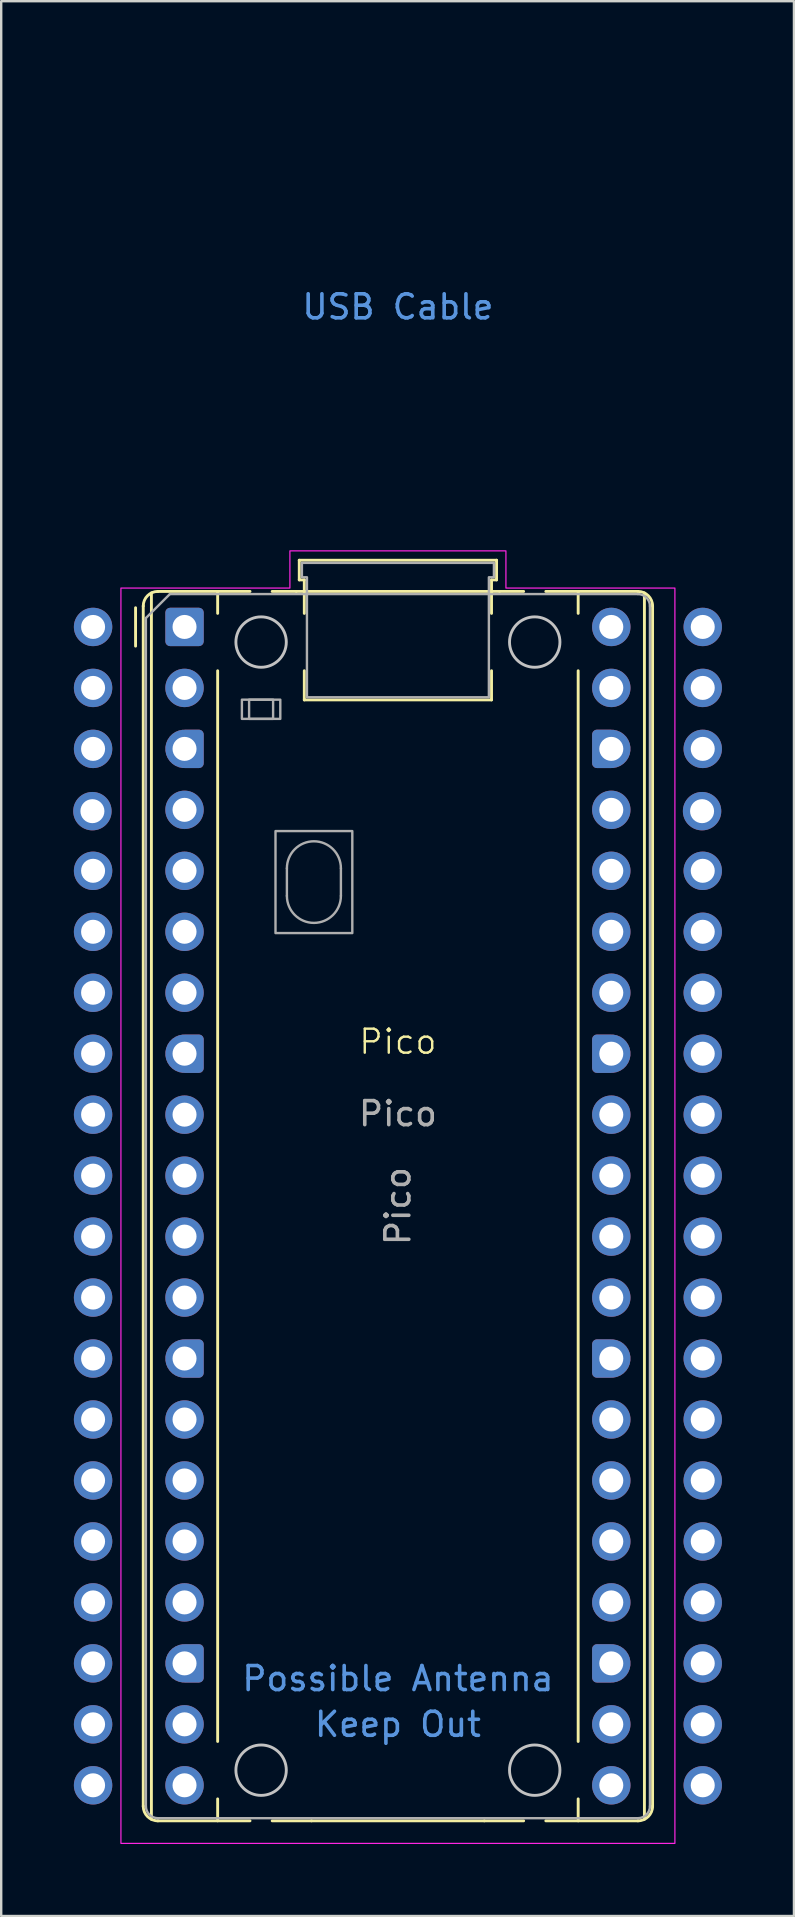
<source format=kicad_pcb>
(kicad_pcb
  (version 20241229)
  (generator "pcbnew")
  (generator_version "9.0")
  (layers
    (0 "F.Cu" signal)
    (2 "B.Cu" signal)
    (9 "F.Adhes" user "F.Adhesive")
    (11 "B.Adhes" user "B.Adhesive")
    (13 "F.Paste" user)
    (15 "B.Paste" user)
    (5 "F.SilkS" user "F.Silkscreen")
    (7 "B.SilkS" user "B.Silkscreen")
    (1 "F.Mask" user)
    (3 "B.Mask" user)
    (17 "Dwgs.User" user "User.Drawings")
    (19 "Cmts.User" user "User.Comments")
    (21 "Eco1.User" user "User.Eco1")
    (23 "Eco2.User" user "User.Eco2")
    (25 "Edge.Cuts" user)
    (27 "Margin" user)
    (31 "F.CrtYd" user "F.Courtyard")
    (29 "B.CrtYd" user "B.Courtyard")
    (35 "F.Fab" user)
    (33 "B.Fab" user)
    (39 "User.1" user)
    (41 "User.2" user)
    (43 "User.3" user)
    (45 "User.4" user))
  (footprint "Pico"
    (layer "F.Cu")
    (at 13.528 40.85)
    (property "Reference" "Pico" (at 0 -0.5 0) (unlocked yes) (layer "F.SilkS") (effects (font (size 1 1) (thickness 0.1))))
    (attr smd)
    (fp_line (start -10.93 -16.98) (end -10.93 -18.58) (stroke (width 0.12) (type solid)) (layer "F.SilkS"))
    (fp_line (start -10.61 -18.65) (end -10.61 31.35) (stroke (width 0.12) (type solid)) (layer "F.SilkS"))
    (fp_line (start -10.27 -19.197) (end -10.27 31.897) (stroke (width 0.12) (type solid)) (layer "F.SilkS"))
    (fp_line (start -10 -19.26) (end -7.51 -19.26) (stroke (width 0.12) (type solid)) (layer "F.SilkS"))
    (fp_line (start -10 31.96) (end -6.162 31.96) (stroke (width 0.12) (type solid)) (layer "F.SilkS"))
    (fp_line (start -7.51 -19.26) (end -7.51 -18.346) (stroke (width 0.12) (type solid)) (layer "F.SilkS"))
    (fp_line (start -7.51 -19.26) (end -6.162 -19.26) (stroke (width 0.12) (type solid)) (layer "F.SilkS"))
    (fp_line (start -7.51 -15.954) (end -7.51 28.654) (stroke (width 0.12) (type solid)) (layer "F.SilkS"))
    (fp_line (start -7.51 31.046) (end -7.51 31.96) (stroke (width 0.12) (type solid)) (layer "F.SilkS"))
    (fp_line (start -5.238 -19.26) (end -4.235 -19.26) (stroke (width 0.12) (type solid)) (layer "F.SilkS"))
    (fp_line (start -4.235 -19.26) (end 4.235 -19.26) (stroke (width 0.12) (type solid)) (layer "F.SilkS"))
    (fp_line (start -4.11 -20.56) (end -4.11 -19.74) (stroke (width 0.12) (type solid)) (layer "F.SilkS"))
    (fp_line (start -4.11 -20.56) (end 4.11 -20.56) (stroke (width 0.12) (type solid)) (layer "F.SilkS"))
    (fp_line (start -4.11 -19.74) (end -3.9 -19.74) (stroke (width 0.12) (type solid)) (layer "F.SilkS"))
    (fp_line (start -3.9 -19.74) (end -3.9 -18.344) (stroke (width 0.12) (type solid)) (layer "F.SilkS"))
    (fp_line (start -3.9 -15.956) (end -3.9 -14.74) (stroke (width 0.12) (type solid)) (layer "F.SilkS"))
    (fp_line (start -3.6 31.96) (end -5.238 31.96) (stroke (width 0.12) (type solid)) (layer "F.SilkS"))
    (fp_line (start 3.6 31.96) (end -3.6 31.96) (stroke (width 0.12) (type solid)) (layer "F.SilkS"))
    (fp_line (start 3.9 -19.74) (end 3.9 -18.344) (stroke (width 0.12) (type solid)) (layer "F.SilkS"))
    (fp_line (start 3.9 -15.956) (end 3.9 -14.74) (stroke (width 0.12) (type solid)) (layer "F.SilkS"))
    (fp_line (start 3.9 -14.74) (end -3.9 -14.74) (stroke (width 0.12) (type solid)) (layer "F.SilkS"))
    (fp_line (start 4.11 -20.56) (end 4.11 -19.74) (stroke (width 0.12) (type solid)) (layer "F.SilkS"))
    (fp_line (start 4.11 -19.74) (end 3.9 -19.74) (stroke (width 0.12) (type solid)) (layer "F.SilkS"))
    (fp_line (start 4.235 -19.26) (end 5.238 -19.26) (stroke (width 0.12) (type solid)) (layer "F.SilkS"))
    (fp_line (start 5.238 31.96) (end 3.6 31.96) (stroke (width 0.12) (type solid)) (layer "F.SilkS"))
    (fp_line (start 6.162 -19.26) (end 7.51 -19.26) (stroke (width 0.12) (type solid)) (layer "F.SilkS"))
    (fp_line (start 6.162 31.96) (end 10 31.96) (stroke (width 0.12) (type solid)) (layer "F.SilkS"))
    (fp_line (start 7.51 -19.26) (end 7.51 -18.346) (stroke (width 0.12) (type solid)) (layer "F.SilkS"))
    (fp_line (start 7.51 -15.954) (end 7.51 28.654) (stroke (width 0.12) (type solid)) (layer "F.SilkS"))
    (fp_line (start 7.51 31.046) (end 7.51 31.96) (stroke (width 0.12) (type solid)) (layer "F.SilkS"))
    (fp_line (start 10 -19.26) (end 7.51 -19.26) (stroke (width 0.12) (type solid)) (layer "F.SilkS"))
    (fp_line (start 10.27 31.897) (end 10.27 -19.197) (stroke (width 0.12) (type solid)) (layer "F.SilkS"))
    (fp_line (start 10.61 -18.65) (end 10.61 31.35) (stroke (width 0.12) (type solid)) (layer "F.SilkS"))
    (fp_arc (start -10.61 -18.65) (mid -10.431335 -19.081335) (end -10 -19.26) (stroke (width 0.12) (type solid)) (layer "F.SilkS"))
    (fp_arc (start -10 31.96) (mid -10.431364 31.781364) (end -10.61 31.35) (stroke (width 0.12) (type solid)) (layer "F.SilkS"))
    (fp_arc (start 10 -19.26) (mid 10.431335 -19.081335) (end 10.61 -18.65) (stroke (width 0.12) (type solid)) (layer "F.SilkS"))
    (fp_arc (start 10.61 31.35) (mid 10.431335 31.781335) (end 10 31.96) (stroke (width 0.12) (type solid)) (layer "F.SilkS"))
    (fp_circle (center -5.7 -17.15) (end -4.65 -17.15) (stroke (width 0.12) (type solid)) (fill no) (layer "Dwgs.User"))
    (fp_circle (center -5.7 29.85) (end -4.65 29.85) (stroke (width 0.12) (type solid)) (fill no) (layer "Dwgs.User"))
    (fp_circle (center 5.7 -17.15) (end 6.75 -17.15) (stroke (width 0.12) (type solid)) (fill no) (layer "Dwgs.User"))
    (fp_circle (center 5.7 29.85) (end 6.75 29.85) (stroke (width 0.12) (type solid)) (fill no) (layer "Dwgs.User"))
    (fp_poly (pts (xy -4.5 -20.95) (xy 4.5 -20.95) (xy 4.5 -19.4) (xy 11.54 -19.4) (xy 11.54 32.9) (xy -11.54 32.9) (xy -11.54 -19.4) (xy -4.5 -19.4)) (stroke (width 0.05) (type solid)) (fill no) (layer "F.CrtYd"))
    (fp_line (start -10.5 -18.15) (end -9.5 -19.15) (stroke (width 0.1) (type solid)) (layer "F.Fab"))
    (fp_line (start -10.5 31.35) (end -10.5 -18.15) (stroke (width 0.1) (type solid)) (layer "F.Fab"))
    (fp_line (start -9.5 -19.15) (end 10 -19.15) (stroke (width 0.1) (type solid)) (layer "F.Fab"))
    (fp_line (start -4.625 -7.725) (end -4.625 -6.575) (stroke (width 0.1) (type solid)) (layer "F.Fab"))
    (fp_line (start -2.375 -7.725) (end -2.375 -6.575) (stroke (width 0.1) (type solid)) (layer "F.Fab"))
    (fp_line (start 10 31.85) (end -10 31.85) (stroke (width 0.1) (type solid)) (layer "F.Fab"))
    (fp_line (start 10.5 -18.65) (end 10.5 31.35) (stroke (width 0.1) (type solid)) (layer "F.Fab"))
    (fp_rect (start -6.5 -14.75) (end -4.9 -13.95) (stroke (width 0.1) (type solid)) (fill no) (layer "F.Fab"))
    (fp_rect (start -6.2 -14.75) (end -5.2 -13.95) (stroke (width 0.1) (type solid)) (fill no) (layer "F.Fab"))
    (fp_rect (start -5.1 -9.275) (end -1.9 -5.025) (stroke (width 0.1) (type solid)) (fill no) (layer "F.Fab"))
    (fp_arc (start -10 31.85) (mid -10.353553 31.703553) (end -10.5 31.35) (stroke (width 0.1) (type solid)) (layer "F.Fab"))
    (fp_arc (start -4.625 -7.725) (mid -3.5 -8.85) (end -2.375 -7.725) (stroke (width 0.1) (type solid)) (layer "F.Fab"))
    (fp_arc (start -2.375 -6.575) (mid -3.5 -5.45) (end -4.625 -6.575) (stroke (width 0.1) (type solid)) (layer "F.Fab"))
    (fp_arc (start 10 -19.15) (mid 10.353553 -19.003553) (end 10.5 -18.65) (stroke (width 0.1) (type solid)) (layer "F.Fab"))
    (fp_arc (start 10.5 31.35) (mid 10.353553 31.703553) (end 10 31.85) (stroke (width 0.1) (type solid)) (layer "F.Fab"))
    (fp_poly (pts (xy 3.79 -14.85) (xy 3.79 -19.85) (xy 4 -19.85) (xy 4 -20.45) (xy -4 -20.45) (xy -4 -19.85) (xy -3.79 -19.85) (xy -3.79 -14.85)) (stroke (width 0.1) (type solid)) (fill no) (layer "F.Fab"))
    (fp_text user "Keep Out" (at 0 27.94 0) (unlocked yes) (layer "Cmts.User") (effects (font (size 1 1) (thickness 0.15))))
    (fp_text user "USB Cable" (at 0 -31.115 0) (unlocked yes) (layer "Cmts.User") (effects (font (size 1 1) (thickness 0.15))))
    (fp_text user "Possible Antenna" (at 0 26.035 0) (unlocked yes) (layer "Cmts.User") (effects (font (size 1 1) (thickness 0.15))))
    (fp_text user "${REFERENCE}" (at 0 2.5 0) (unlocked yes) (layer "F.Fab") (effects (font (size 1 1) (thickness 0.15))))
    (fp_text user "${REFERENCE}" (at 0 6.35 90) (layer "F.Fab") (effects (font (size 1 1) (thickness 0.15))))
    (pad "1" thru_hole circle (at -12.7 -17.78) (size 1.6 1.6) (drill 1) (layers "*.Cu" "*.Mask"))
    (pad "1" thru_hole roundrect (at -8.89 -17.78) (size 1.6 1.6) (drill 1) (layers "*.Cu" "*.Mask") (roundrect_rratio 0.125))
    (pad "2" thru_hole circle (at -12.7 -15.24) (size 1.6 1.6) (drill 1) (layers "*.Cu" "*.Mask"))
    (pad "2" thru_hole circle (at -8.89 -15.24) (size 1.6 1.6) (drill 1) (layers "*.Cu" "*.Mask"))
    (pad "3" thru_hole circle (at -12.7 -12.7) (size 1.6 1.6) (drill 1) (layers "*.Cu" "*.Mask"))
    (pad "3" thru_hole custom (at -8.89 -12.7) (size 1.6 1.6) (drill 1) (layers "*.Cu" "*.Mask") (options (anchor circle)) (primitives (gr_poly (pts (xy 0.8 0.6) (xy 0.8 -0.6) (xy 0.6 -0.8) (xy 0 -0.8) (xy 0 0.8) (xy 0.6 0.8)) (width 0) (fill yes)) (gr_circle (center 0.6 0.6) (end 0.8 0.6) (width 0) (fill yes)) (gr_circle (center 0.6 -0.6) (end 0.8 -0.6) (width 0) (fill yes))))
    (pad "4" thru_hole circle (at -12.728 -10.105) (size 1.6 1.6) (drill 1) (layers "*.Cu" "*.Mask"))
    (pad "4" thru_hole circle (at -8.89 -10.16) (size 1.6 1.6) (drill 1) (layers "*.Cu" "*.Mask"))
    (pad "5" thru_hole circle (at -12.7 -7.62) (size 1.6 1.6) (drill 1) (layers "*.Cu" "*.Mask"))
    (pad "5" thru_hole circle (at -8.89 -7.62) (size 1.6 1.6) (drill 1) (layers "*.Cu" "*.Mask"))
    (pad "6" thru_hole circle (at -12.7 -5.08) (size 1.6 1.6) (drill 1) (layers "*.Cu" "*.Mask"))
    (pad "6" thru_hole circle (at -8.89 -5.08) (size 1.6 1.6) (drill 1) (layers "*.Cu" "*.Mask"))
    (pad "7" thru_hole circle (at -12.7 -2.54) (size 1.6 1.6) (drill 1) (layers "*.Cu" "*.Mask"))
    (pad "7" thru_hole circle (at -8.89 -2.54) (size 1.6 1.6) (drill 1) (layers "*.Cu" "*.Mask"))
    (pad "8" thru_hole circle (at -12.7 0) (size 1.6 1.6) (drill 1) (layers "*.Cu" "*.Mask"))
    (pad "8" thru_hole custom (at -8.89 0) (size 1.6 1.6) (drill 1) (layers "*.Cu" "*.Mask") (options (anchor circle)) (primitives (gr_poly (pts (xy 0.8 0.6) (xy 0.8 -0.6) (xy 0.6 -0.8) (xy 0 -0.8) (xy 0 0.8) (xy 0.6 0.8)) (width 0) (fill yes)) (gr_circle (center 0.6 0.6) (end 0.8 0.6) (width 0) (fill yes)) (gr_circle (center 0.6 -0.6) (end 0.8 -0.6) (width 0) (fill yes))))
    (pad "9" thru_hole circle (at -12.7 2.54) (size 1.6 1.6) (drill 1) (layers "*.Cu" "*.Mask"))
    (pad "9" thru_hole circle (at -8.89 2.54) (size 1.6 1.6) (drill 1) (layers "*.Cu" "*.Mask"))
    (pad "10" thru_hole circle (at -12.7 5.08) (size 1.6 1.6) (drill 1) (layers "*.Cu" "*.Mask"))
    (pad "10" thru_hole circle (at -8.89 5.08) (size 1.6 1.6) (drill 1) (layers "*.Cu" "*.Mask"))
    (pad "11" thru_hole circle (at -12.7 7.62) (size 1.6 1.6) (drill 1) (layers "*.Cu" "*.Mask"))
    (pad "11" thru_hole circle (at -8.89 7.62) (size 1.6 1.6) (drill 1) (layers "*.Cu" "*.Mask"))
    (pad "12" thru_hole circle (at -12.7 10.16) (size 1.6 1.6) (drill 1) (layers "*.Cu" "*.Mask"))
    (pad "12" thru_hole circle (at -8.89 10.16) (size 1.6 1.6) (drill 1) (layers "*.Cu" "*.Mask"))
    (pad "13" thru_hole circle (at -12.7 12.7) (size 1.6 1.6) (drill 1) (layers "*.Cu" "*.Mask"))
    (pad "13" thru_hole custom (at -8.89 12.7) (size 1.6 1.6) (drill 1) (layers "*.Cu" "*.Mask") (options (anchor circle)) (primitives (gr_poly (pts (xy 0.8 0.6) (xy 0.8 -0.6) (xy 0.6 -0.8) (xy 0 -0.8) (xy 0 0.8) (xy 0.6 0.8)) (width 0) (fill yes)) (gr_circle (center 0.6 0.6) (end 0.8 0.6) (width 0) (fill yes)) (gr_circle (center 0.6 -0.6) (end 0.8 -0.6) (width 0) (fill yes))))
    (pad "14" thru_hole circle (at -12.7 15.24) (size 1.6 1.6) (drill 1) (layers "*.Cu" "*.Mask"))
    (pad "14" thru_hole circle (at -8.89 15.24) (size 1.6 1.6) (drill 1) (layers "*.Cu" "*.Mask"))
    (pad "15" thru_hole circle (at -12.7 17.78) (size 1.6 1.6) (drill 1) (layers "*.Cu" "*.Mask"))
    (pad "15" thru_hole circle (at -8.89 17.78) (size 1.6 1.6) (drill 1) (layers "*.Cu" "*.Mask"))
    (pad "16" thru_hole circle (at -12.7 20.32) (size 1.6 1.6) (drill 1) (layers "*.Cu" "*.Mask"))
    (pad "16" thru_hole circle (at -8.89 20.32) (size 1.6 1.6) (drill 1) (layers "*.Cu" "*.Mask"))
    (pad "17" thru_hole circle (at -12.7 22.86) (size 1.6 1.6) (drill 1) (layers "*.Cu" "*.Mask"))
    (pad "17" thru_hole circle (at -8.89 22.86) (size 1.6 1.6) (drill 1) (layers "*.Cu" "*.Mask"))
    (pad "18" thru_hole circle (at -12.7 25.4) (size 1.6 1.6) (drill 1) (layers "*.Cu" "*.Mask"))
    (pad "18" thru_hole custom (at -8.89 25.4) (size 1.6 1.6) (drill 1) (layers "*.Cu" "*.Mask") (options (anchor circle)) (primitives (gr_poly (pts (xy 0.8 0.6) (xy 0.8 -0.6) (xy 0.6 -0.8) (xy 0 -0.8) (xy 0 0.8) (xy 0.6 0.8)) (width 0) (fill yes)) (gr_circle (center 0.6 0.6) (end 0.8 0.6) (width 0) (fill yes)) (gr_circle (center 0.6 -0.6) (end 0.8 -0.6) (width 0) (fill yes))))
    (pad "19" thru_hole circle (at -12.7 27.94) (size 1.6 1.6) (drill 1) (layers "*.Cu" "*.Mask"))
    (pad "19" thru_hole circle (at -8.89 27.94) (size 1.6 1.6) (drill 1) (layers "*.Cu" "*.Mask"))
    (pad "20" thru_hole circle (at -12.7 30.48) (size 1.6 1.6) (drill 1) (layers "*.Cu" "*.Mask"))
    (pad "20" thru_hole circle (at -8.89 30.48) (size 1.6 1.6) (drill 1) (layers "*.Cu" "*.Mask"))
    (pad "21" thru_hole circle (at 8.89 30.48) (size 1.6 1.6) (drill 1) (layers "*.Cu" "*.Mask"))
    (pad "21" thru_hole circle (at 12.7 30.48) (size 1.6 1.6) (drill 1) (layers "*.Cu" "*.Mask"))
    (pad "22" thru_hole circle (at 8.89 27.94) (size 1.6 1.6) (drill 1) (layers "*.Cu" "*.Mask"))
    (pad "22" thru_hole circle (at 12.7 27.94) (size 1.6 1.6) (drill 1) (layers "*.Cu" "*.Mask"))
    (pad "23" thru_hole custom (at 8.89 25.4) (size 1.6 1.6) (drill 1) (layers "*.Cu" "*.Mask") (options (anchor circle)) (primitives (gr_poly (pts (xy -0.8 0.6) (xy -0.8 -0.6) (xy -0.6 -0.8) (xy 0 -0.8) (xy 0 0.8) (xy -0.6 0.8)) (width 0) (fill yes)) (gr_circle (center -0.6 0.6) (end -0.4 0.6) (width 0) (fill yes)) (gr_circle (center -0.6 -0.6) (end -0.4 -0.6) (width 0) (fill yes))))
    (pad "23" thru_hole circle (at 12.7 25.4) (size 1.6 1.6) (drill 1) (layers "*.Cu" "*.Mask"))
    (pad "24" thru_hole circle (at 8.89 22.86) (size 1.6 1.6) (drill 1) (layers "*.Cu" "*.Mask"))
    (pad "24" thru_hole circle (at 12.7 22.86) (size 1.6 1.6) (drill 1) (layers "*.Cu" "*.Mask"))
    (pad "25" thru_hole circle (at 8.89 20.32) (size 1.6 1.6) (drill 1) (layers "*.Cu" "*.Mask"))
    (pad "25" thru_hole circle (at 12.7 20.32) (size 1.6 1.6) (drill 1) (layers "*.Cu" "*.Mask"))
    (pad "26" thru_hole circle (at 8.89 17.78) (size 1.6 1.6) (drill 1) (layers "*.Cu" "*.Mask"))
    (pad "26" thru_hole circle (at 12.7 17.78) (size 1.6 1.6) (drill 1) (layers "*.Cu" "*.Mask"))
    (pad "27" thru_hole circle (at 8.89 15.24) (size 1.6 1.6) (drill 1) (layers "*.Cu" "*.Mask"))
    (pad "27" thru_hole circle (at 12.7 15.24) (size 1.6 1.6) (drill 1) (layers "*.Cu" "*.Mask"))
    (pad "28" thru_hole custom (at 8.89 12.7) (size 1.6 1.6) (drill 1) (layers "*.Cu" "*.Mask") (options (anchor circle)) (primitives (gr_poly (pts (xy -0.8 0.6) (xy -0.8 -0.6) (xy -0.6 -0.8) (xy 0 -0.8) (xy 0 0.8) (xy -0.6 0.8)) (width 0) (fill yes)) (gr_circle (center -0.6 0.6) (end -0.4 0.6) (width 0) (fill yes)) (gr_circle (center -0.6 -0.6) (end -0.4 -0.6) (width 0) (fill yes))))
    (pad "28" thru_hole circle (at 12.7 12.7) (size 1.6 1.6) (drill 1) (layers "*.Cu" "*.Mask"))
    (pad "29" thru_hole circle (at 8.89 10.16) (size 1.6 1.6) (drill 1) (layers "*.Cu" "*.Mask"))
    (pad "29" thru_hole circle (at 12.7 10.16) (size 1.6 1.6) (drill 1) (layers "*.Cu" "*.Mask"))
    (pad "30" thru_hole circle (at 8.89 7.62) (size 1.6 1.6) (drill 1) (layers "*.Cu" "*.Mask"))
    (pad "30" thru_hole circle (at 12.7 7.62) (size 1.6 1.6) (drill 1) (layers "*.Cu" "*.Mask"))
    (pad "31" thru_hole circle (at 8.89 5.08) (size 1.6 1.6) (drill 1) (layers "*.Cu" "*.Mask"))
    (pad "31" thru_hole circle (at 12.7 5.08) (size 1.6 1.6) (drill 1) (layers "*.Cu" "*.Mask"))
    (pad "32" thru_hole circle (at 8.89 2.54) (size 1.6 1.6) (drill 1) (layers "*.Cu" "*.Mask"))
    (pad "32" thru_hole circle (at 12.7 2.54) (size 1.6 1.6) (drill 1) (layers "*.Cu" "*.Mask"))
    (pad "33" thru_hole custom (at 8.89 0) (size 1.6 1.6) (drill 1) (layers "*.Cu" "*.Mask") (options (anchor circle)) (primitives (gr_poly (pts (xy -0.8 0.6) (xy -0.8 -0.6) (xy -0.6 -0.8) (xy 0 -0.8) (xy 0 0.8) (xy -0.6 0.8)) (width 0) (fill yes)) (gr_circle (center -0.6 0.6) (end -0.4 0.6) (width 0) (fill yes)) (gr_circle (center -0.6 -0.6) (end -0.4 -0.6) (width 0) (fill yes))))
    (pad "33" thru_hole circle (at 12.7 0) (size 1.6 1.6) (drill 1) (layers "*.Cu" "*.Mask"))
    (pad "34" thru_hole circle (at 8.89 -2.54) (size 1.6 1.6) (drill 1) (layers "*.Cu" "*.Mask"))
    (pad "34" thru_hole circle (at 12.7 -2.54) (size 1.6 1.6) (drill 1) (layers "*.Cu" "*.Mask"))
    (pad "35" thru_hole circle (at 8.89 -5.08) (size 1.6 1.6) (drill 1) (layers "*.Cu" "*.Mask"))
    (pad "35" thru_hole circle (at 12.7 -5.08) (size 1.6 1.6) (drill 1) (layers "*.Cu" "*.Mask"))
    (pad "36" thru_hole circle (at 8.89 -7.62) (size 1.6 1.6) (drill 1) (layers "*.Cu" "*.Mask"))
    (pad "36" thru_hole circle (at 12.7 -7.62) (size 1.6 1.6) (drill 1) (layers "*.Cu" "*.Mask"))
    (pad "37" thru_hole circle (at 8.89 -10.16) (size 1.6 1.6) (drill 1) (layers "*.Cu" "*.Mask"))
    (pad "37" thru_hole circle (at 12.672 -10.105) (size 1.6 1.6) (drill 1) (layers "*.Cu" "*.Mask"))
    (pad "38" thru_hole custom (at 8.89 -12.7) (size 1.6 1.6) (drill 1) (layers "*.Cu" "*.Mask") (options (anchor circle)) (primitives (gr_poly (pts (xy -0.8 0.6) (xy -0.8 -0.6) (xy -0.6 -0.8) (xy 0 -0.8) (xy 0 0.8) (xy -0.6 0.8)) (width 0) (fill yes)) (gr_circle (center -0.6 0.6) (end -0.4 0.6) (width 0) (fill yes)) (gr_circle (center -0.6 -0.6) (end -0.4 -0.6) (width 0) (fill yes))))
    (pad "38" thru_hole circle (at 12.7 -12.7) (size 1.6 1.6) (drill 1) (layers "*.Cu" "*.Mask"))
    (pad "39" thru_hole circle (at 8.89 -15.24) (size 1.6 1.6) (drill 1) (layers "*.Cu" "*.Mask"))
    (pad "39" thru_hole circle (at 12.7 -15.24) (size 1.6 1.6) (drill 1) (layers "*.Cu" "*.Mask"))
    (pad "40" thru_hole circle (at 8.89 -17.78) (size 1.6 1.6) (drill 1) (layers "*.Cu" "*.Mask"))
    (pad "40" thru_hole circle (at 12.7 -17.78) (size 1.6 1.6) (drill 1) (layers "*.Cu" "*.Mask"))
    (zone (net_name "") (layers "F.Cu" "B.Cu" "F.Paste" "B.Paste") (name "Antenna Copper Keep Out") (hatch full 0.5) (connect_pads) (min_thickness 0.254) (filled_areas_thickness no) (keepout (tracks not_allowed) (vias not_allowed) (pads not_allowed) (copperpour not_allowed) (footprints allowed)) (placement (enabled no)) (fill) (polygon (pts (xy 11.128 72.19) (xy 6.428 68.54) (xy 6.428 64.2) (xy 20.628 64.2) (xy 20.628 68.54) (xy 15.928 72.19) (xy 15.928 73.2) (xy 11.128 73.2))))
    (zone (net_name "") (layer "F.CrtYd") (name "USB Cable") (hatch edge 0.5) (connect_pads) (min_thickness 0.254) (filled_areas_thickness no) (keepout (tracks allowed) (vias allowed) (pads allowed) (copperpour allowed) (footprints allowed)) (placement (enabled no)) (fill) (polygon (pts (xy 7.778 19.5) (xy 9.588 19.5) (xy 9.588 19.9) (xy 17.468 19.9) (xy 17.468 19.5) (xy 19.278 19.5) (xy 19.278 0) (xy 7.778 0)))))
  (gr_rect
    (start -3 -3)
    (end 30.028 76.775)
    (stroke (width 0.1) (type default))
    (fill no)
    (layer "Edge.Cuts")))
</source>
